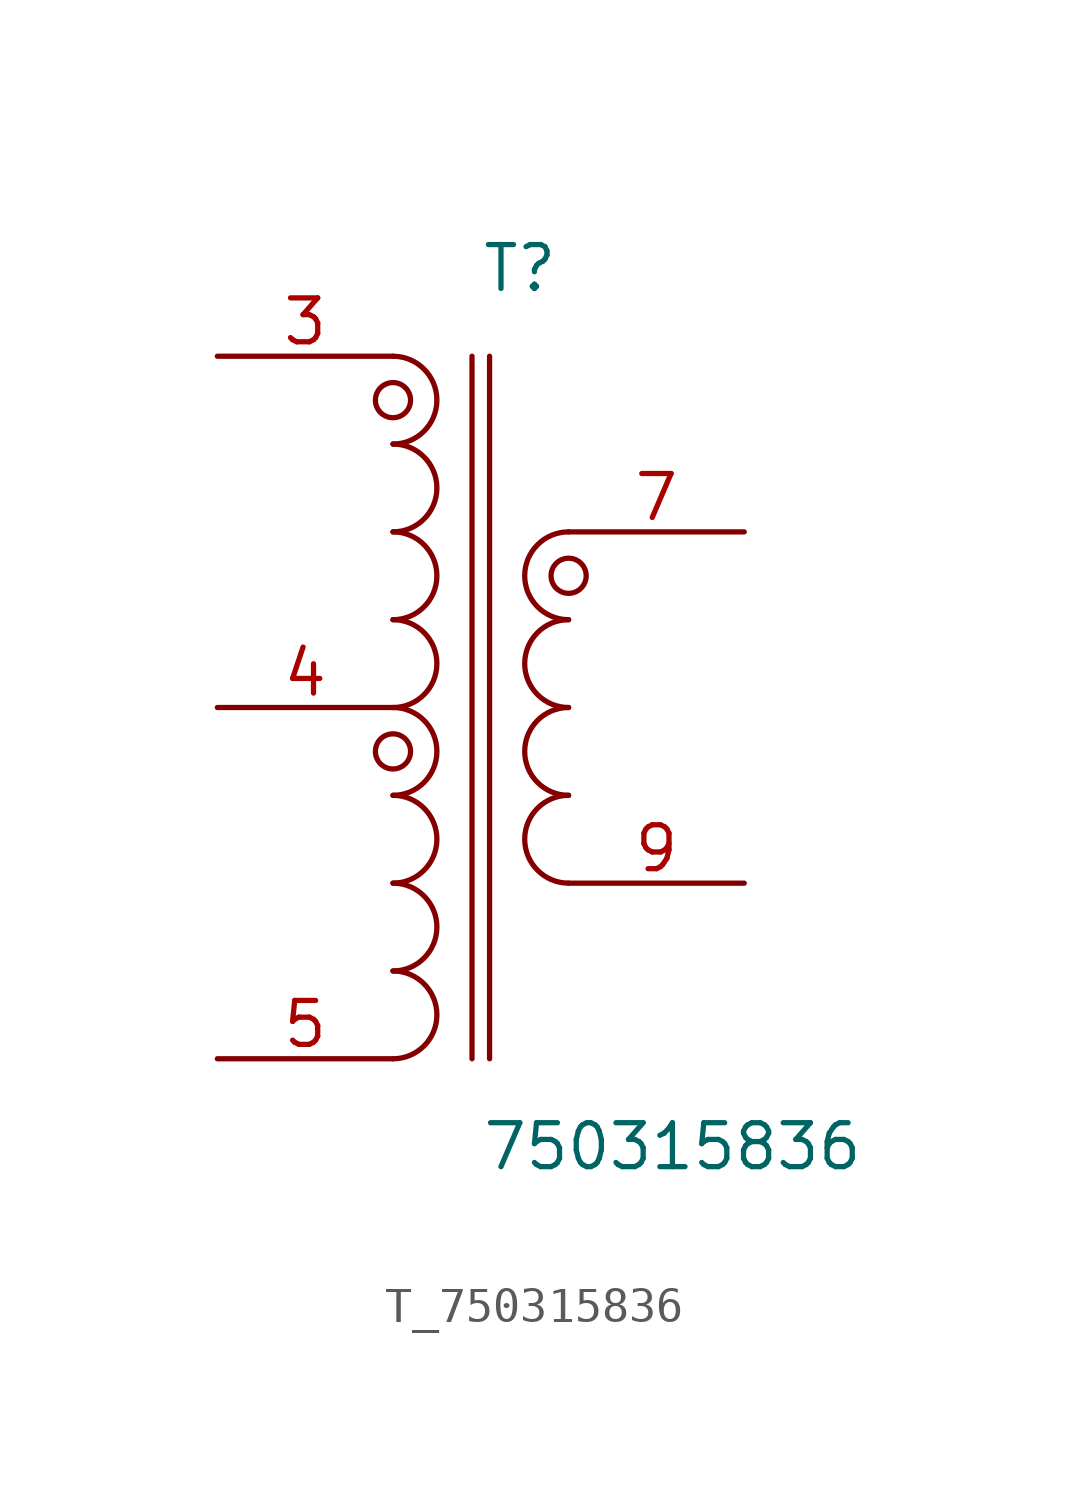
<source format=kicad_sym>
(kicad_symbol_lib
  (version 20231120)
  (generator kicad_symbol_editor)
  (generator_version 8.0)
  (symbol "T_750315836"
    (pin_names
      (offset 0.254))
    (property "Reference" "T"
      (at 0.0 12.7 0)
      (effects (font (size 1.27 1.27)) (justify left)))
    (property "Value" "750315836"
      (at 0.0 -12.7 0)
      (effects (font (size 1.27 1.27)) (justify left)))
    (symbol "T_750315836_0_1"
      (arc (start -2.54 -10.16) (mid -1.27 -8.89) (end -2.54 -7.62) (stroke (width 0) (type default)) (fill (type none)))
      (arc (start -2.54 -7.62) (mid -1.27 -6.3500000000000005) (end -2.54 -5.08) (stroke (width 0) (type default)) (fill (type none)))
      (arc (start -2.54 -5.08) (mid -1.27 -3.8100000000000005) (end -2.54 -2.54) (stroke (width 0) (type default)) (fill (type none)))
      (arc (start -2.54 -2.54) (mid -1.27 -1.2700000000000005) (end -2.54 0.0) (stroke (width 0) (type default)) (fill (type none)))
      (arc (start -2.54 0.0) (mid -1.27 1.2699999999999996) (end -2.54 2.54) (stroke (width 0) (type default)) (fill (type none)))
      (arc (start -2.54 2.539999999999999) (mid -1.27 3.8099999999999987) (end -2.54 5.079999999999999) (stroke (width 0) (type default)) (fill (type none)))
      (arc (start -2.54 5.08) (mid -1.27 6.35) (end -2.54 7.62) (stroke (width 0) (type default)) (fill (type none)))
      (arc (start -2.54 7.620000000000001) (mid -1.27 8.89) (end -2.54 10.16) (stroke (width 0) (type default)) (fill (type none)))
      (arc (start 2.54 5.08) (mid 1.27 3.81) (end 2.54 2.54) (stroke (width 0) (type default)) (fill (type none)))
      (arc (start 2.54 2.54) (mid 1.27 1.27) (end 2.54 0.0) (stroke (width 0) (type default)) (fill (type none)))
      (arc (start 2.54 0.0) (mid 1.27 -1.27) (end 2.54 -2.54) (stroke (width 0) (type default)) (fill (type none)))
      (arc (start 2.54 -2.54) (mid 1.27 -3.81) (end 2.54 -5.08) (stroke (width 0) (type default)) (fill (type none)))
      (circle (center -2.54 8.89) (radius 0.508) (stroke (width 0) (type default)) (fill (type none)))
      (circle (center -2.54 -1.27) (radius 0.508) (stroke (width 0) (type default)) (fill (type none)))
      (circle (center 2.54 3.81) (radius 0.508) (stroke (width 0) (type default)) (fill (type none)))
      (polyline (pts (xy -0.254 -10.16) (xy -0.254 10.16)) (stroke (width 0) (type default)) (fill (type none)))
      (polyline (pts (xy 0.254 -10.16) (xy 0.254 10.16)) (stroke (width 0) (type default)) (fill (type none)))
      (pin unspecified line (at -7.62 10.16 0) (length 5.08) (name "" (effects (font (size 1.27 1.27)))) (number "3" (effects (font (size 1.27 1.27)))))
      (pin no_connect line (at -7.62 5.08 0) (length 2.54) (name "" (effects (font (size 1.27 1.27)))) (number "1" (effects (font (size 1.27 1.27)))) hide)
      (pin unspecified line (at -7.62 0.0 0) (length 5.08) (name "" (effects (font (size 1.27 1.27)))) (number "4" (effects (font (size 1.27 1.27)))))
      (pin no_connect line (at -7.62 -5.08 0) (length 2.54) (name "" (effects (font (size 1.27 1.27)))) (number "2" (effects (font (size 1.27 1.27)))) hide)
      (pin unspecified line (at -7.62 -10.16 0) (length 5.08) (name "" (effects (font (size 1.27 1.27)))) (number "5" (effects (font (size 1.27 1.27)))))
      (pin unspecified line (at 7.62 5.08 180) (length 5.08) (name "" (effects (font (size 1.27 1.27)))) (number "7" (effects (font (size 1.27 1.27)))))
      (pin no_connect line (at 7.62 2.54 180) (length 2.54) (name "" (effects (font (size 1.27 1.27)))) (number "6" (effects (font (size 1.27 1.27)))) hide)
      (pin no_connect line (at 7.62 0.0 180) (length 2.54) (name "" (effects (font (size 1.27 1.27)))) (number "8" (effects (font (size 1.27 1.27)))) hide)
      (pin no_connect line (at 7.62 -2.54 180) (length 2.54) (name "" (effects (font (size 1.27 1.27)))) (number "10" (effects (font (size 1.27 1.27)))) hide)
      (pin unspecified line (at 7.62 -5.08 180) (length 5.08) (name "" (effects (font (size 1.27 1.27)))) (number "9" (effects (font (size 1.27 1.27))))))))
</source>
